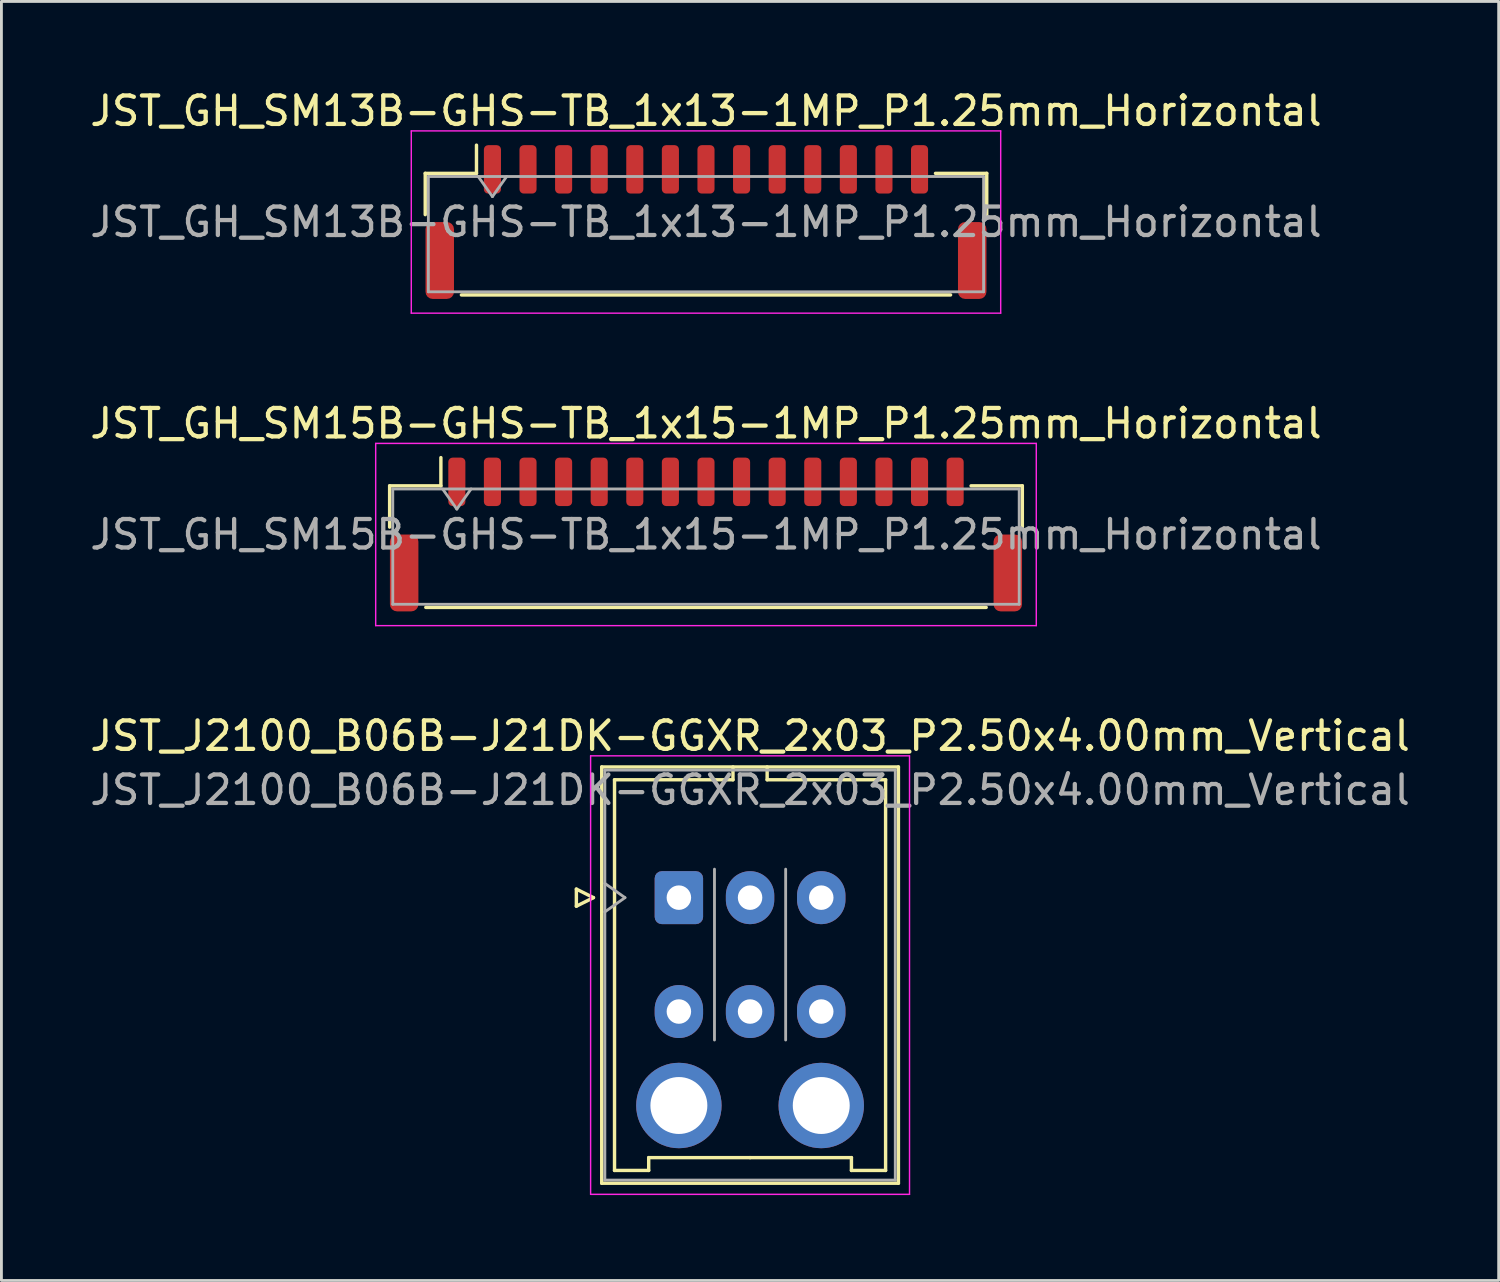
<source format=kicad_pcb>
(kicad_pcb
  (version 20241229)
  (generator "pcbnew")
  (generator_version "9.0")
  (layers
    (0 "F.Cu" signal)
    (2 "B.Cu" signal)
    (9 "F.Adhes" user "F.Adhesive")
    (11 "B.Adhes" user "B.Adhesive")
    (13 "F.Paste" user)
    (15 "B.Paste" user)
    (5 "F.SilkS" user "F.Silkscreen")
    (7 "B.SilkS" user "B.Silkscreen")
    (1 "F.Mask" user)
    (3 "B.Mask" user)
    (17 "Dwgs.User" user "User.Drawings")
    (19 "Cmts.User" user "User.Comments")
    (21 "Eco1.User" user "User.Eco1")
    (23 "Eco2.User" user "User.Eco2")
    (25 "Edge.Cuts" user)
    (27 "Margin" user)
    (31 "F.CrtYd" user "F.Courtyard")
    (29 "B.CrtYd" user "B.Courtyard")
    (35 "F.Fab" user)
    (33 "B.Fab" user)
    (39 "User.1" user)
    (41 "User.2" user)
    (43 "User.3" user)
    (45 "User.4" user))
  (footprint "JST_GH_SM13B-GHS-TB_1x13-1MP_P1.25mm_Horizontal"
    (layer "F.Cu")
    (at 21.744 4.748)
    (property "Reference" "JST_GH_SM13B-GHS-TB_1x13-1MP_P1.25mm_Horizontal" (at 0 -3.9 0) (layer "F.SilkS") (effects (font (size 1 1) (thickness 0.15))))
    (attr smd)
    (fp_line (start -9.86 -1.71) (end -8.06 -1.71) (stroke (width 0.12) (type solid)) (layer "F.SilkS"))
    (fp_line (start -9.86 -0.26) (end -9.86 -1.71) (stroke (width 0.12) (type solid)) (layer "F.SilkS"))
    (fp_line (start -8.59 2.56) (end 8.59 2.56) (stroke (width 0.12) (type solid)) (layer "F.SilkS"))
    (fp_line (start -8.06 -1.71) (end -8.06 -2.7) (stroke (width 0.12) (type solid)) (layer "F.SilkS"))
    (fp_line (start 9.86 -1.71) (end 8.06 -1.71) (stroke (width 0.12) (type solid)) (layer "F.SilkS"))
    (fp_line (start 9.86 -0.26) (end 9.86 -1.71) (stroke (width 0.12) (type solid)) (layer "F.SilkS"))
    (fp_line (start -10.35 -3.2) (end -10.35 3.2) (stroke (width 0.05) (type solid)) (layer "F.CrtYd"))
    (fp_line (start -10.35 3.2) (end 10.35 3.2) (stroke (width 0.05) (type solid)) (layer "F.CrtYd"))
    (fp_line (start 10.35 -3.2) (end -10.35 -3.2) (stroke (width 0.05) (type solid)) (layer "F.CrtYd"))
    (fp_line (start 10.35 3.2) (end 10.35 -3.2) (stroke (width 0.05) (type solid)) (layer "F.CrtYd"))
    (fp_line (start -9.75 -1.6) (end -9.75 2.45) (stroke (width 0.1) (type solid)) (layer "F.Fab"))
    (fp_line (start -9.75 -1.6) (end 9.75 -1.6) (stroke (width 0.1) (type solid)) (layer "F.Fab"))
    (fp_line (start -9.75 2.45) (end 9.75 2.45) (stroke (width 0.1) (type solid)) (layer "F.Fab"))
    (fp_line (start -8 -1.6) (end -7.5 -0.893) (stroke (width 0.1) (type solid)) (layer "F.Fab"))
    (fp_line (start -7.5 -0.893) (end -7 -1.6) (stroke (width 0.1) (type solid)) (layer "F.Fab"))
    (fp_line (start 9.75 -1.6) (end 9.75 2.45) (stroke (width 0.1) (type solid)) (layer "F.Fab"))
    (fp_text user "${REFERENCE}" (at 0 0 0) (layer "F.Fab") (effects (font (size 1 1) (thickness 0.15))))
    (pad "1" smd roundrect (at -7.5 -1.85) (size 0.6 1.7) (layers "F.Cu" "F.Mask" "F.Paste") (roundrect_rratio 0.25))
    (pad "2" smd roundrect (at -6.25 -1.85) (size 0.6 1.7) (layers "F.Cu" "F.Mask" "F.Paste") (roundrect_rratio 0.25))
    (pad "3" smd roundrect (at -5 -1.85) (size 0.6 1.7) (layers "F.Cu" "F.Mask" "F.Paste") (roundrect_rratio 0.25))
    (pad "4" smd roundrect (at -3.75 -1.85) (size 0.6 1.7) (layers "F.Cu" "F.Mask" "F.Paste") (roundrect_rratio 0.25))
    (pad "5" smd roundrect (at -2.5 -1.85) (size 0.6 1.7) (layers "F.Cu" "F.Mask" "F.Paste") (roundrect_rratio 0.25))
    (pad "6" smd roundrect (at -1.25 -1.85) (size 0.6 1.7) (layers "F.Cu" "F.Mask" "F.Paste") (roundrect_rratio 0.25))
    (pad "7" smd roundrect (at 0 -1.85) (size 0.6 1.7) (layers "F.Cu" "F.Mask" "F.Paste") (roundrect_rratio 0.25))
    (pad "8" smd roundrect (at 1.25 -1.85) (size 0.6 1.7) (layers "F.Cu" "F.Mask" "F.Paste") (roundrect_rratio 0.25))
    (pad "9" smd roundrect (at 2.5 -1.85) (size 0.6 1.7) (layers "F.Cu" "F.Mask" "F.Paste") (roundrect_rratio 0.25))
    (pad "10" smd roundrect (at 3.75 -1.85) (size 0.6 1.7) (layers "F.Cu" "F.Mask" "F.Paste") (roundrect_rratio 0.25))
    (pad "11" smd roundrect (at 5 -1.85) (size 0.6 1.7) (layers "F.Cu" "F.Mask" "F.Paste") (roundrect_rratio 0.25))
    (pad "12" smd roundrect (at 6.25 -1.85) (size 0.6 1.7) (layers "F.Cu" "F.Mask" "F.Paste") (roundrect_rratio 0.25))
    (pad "13" smd roundrect (at 7.5 -1.85) (size 0.6 1.7) (layers "F.Cu" "F.Mask" "F.Paste") (roundrect_rratio 0.25))
    (pad "MP" smd roundrect (at -9.35 1.35) (size 1 2.7) (layers "F.Cu" "F.Mask" "F.Paste") (roundrect_rratio 0.25))
    (pad "MP" smd roundrect (at 9.35 1.35) (size 1 2.7) (layers "F.Cu" "F.Mask" "F.Paste") (roundrect_rratio 0.25)))
  (footprint "JST_GH_SM15B-GHS-TB_1x15-1MP_P1.25mm_Horizontal"
    (layer "F.Cu")
    (at 21.744 15.722)
    (property "Reference" "JST_GH_SM15B-GHS-TB_1x15-1MP_P1.25mm_Horizontal" (at 0 -3.9 0) (layer "F.SilkS") (effects (font (size 1 1) (thickness 0.15))))
    (attr smd)
    (fp_line (start -11.11 -1.71) (end -9.31 -1.71) (stroke (width 0.12) (type solid)) (layer "F.SilkS"))
    (fp_line (start -11.11 -0.26) (end -11.11 -1.71) (stroke (width 0.12) (type solid)) (layer "F.SilkS"))
    (fp_line (start -9.84 2.56) (end 9.84 2.56) (stroke (width 0.12) (type solid)) (layer "F.SilkS"))
    (fp_line (start -9.31 -1.71) (end -9.31 -2.7) (stroke (width 0.12) (type solid)) (layer "F.SilkS"))
    (fp_line (start 11.11 -1.71) (end 9.31 -1.71) (stroke (width 0.12) (type solid)) (layer "F.SilkS"))
    (fp_line (start 11.11 -0.26) (end 11.11 -1.71) (stroke (width 0.12) (type solid)) (layer "F.SilkS"))
    (fp_line (start -11.6 -3.2) (end -11.6 3.2) (stroke (width 0.05) (type solid)) (layer "F.CrtYd"))
    (fp_line (start -11.6 3.2) (end 11.6 3.2) (stroke (width 0.05) (type solid)) (layer "F.CrtYd"))
    (fp_line (start 11.6 -3.2) (end -11.6 -3.2) (stroke (width 0.05) (type solid)) (layer "F.CrtYd"))
    (fp_line (start 11.6 3.2) (end 11.6 -3.2) (stroke (width 0.05) (type solid)) (layer "F.CrtYd"))
    (fp_line (start -11 -1.6) (end -11 2.45) (stroke (width 0.1) (type solid)) (layer "F.Fab"))
    (fp_line (start -11 -1.6) (end 11 -1.6) (stroke (width 0.1) (type solid)) (layer "F.Fab"))
    (fp_line (start -11 2.45) (end 11 2.45) (stroke (width 0.1) (type solid)) (layer "F.Fab"))
    (fp_line (start -9.25 -1.6) (end -8.75 -0.893) (stroke (width 0.1) (type solid)) (layer "F.Fab"))
    (fp_line (start -8.75 -0.893) (end -8.25 -1.6) (stroke (width 0.1) (type solid)) (layer "F.Fab"))
    (fp_line (start 11 -1.6) (end 11 2.45) (stroke (width 0.1) (type solid)) (layer "F.Fab"))
    (fp_text user "${REFERENCE}" (at 0 0 0) (layer "F.Fab") (effects (font (size 1 1) (thickness 0.15))))
    (pad "1" smd roundrect (at -8.75 -1.85) (size 0.6 1.7) (layers "F.Cu" "F.Mask" "F.Paste") (roundrect_rratio 0.25))
    (pad "2" smd roundrect (at -7.5 -1.85) (size 0.6 1.7) (layers "F.Cu" "F.Mask" "F.Paste") (roundrect_rratio 0.25))
    (pad "3" smd roundrect (at -6.25 -1.85) (size 0.6 1.7) (layers "F.Cu" "F.Mask" "F.Paste") (roundrect_rratio 0.25))
    (pad "4" smd roundrect (at -5 -1.85) (size 0.6 1.7) (layers "F.Cu" "F.Mask" "F.Paste") (roundrect_rratio 0.25))
    (pad "5" smd roundrect (at -3.75 -1.85) (size 0.6 1.7) (layers "F.Cu" "F.Mask" "F.Paste") (roundrect_rratio 0.25))
    (pad "6" smd roundrect (at -2.5 -1.85) (size 0.6 1.7) (layers "F.Cu" "F.Mask" "F.Paste") (roundrect_rratio 0.25))
    (pad "7" smd roundrect (at -1.25 -1.85) (size 0.6 1.7) (layers "F.Cu" "F.Mask" "F.Paste") (roundrect_rratio 0.25))
    (pad "8" smd roundrect (at 0 -1.85) (size 0.6 1.7) (layers "F.Cu" "F.Mask" "F.Paste") (roundrect_rratio 0.25))
    (pad "9" smd roundrect (at 1.25 -1.85) (size 0.6 1.7) (layers "F.Cu" "F.Mask" "F.Paste") (roundrect_rratio 0.25))
    (pad "10" smd roundrect (at 2.5 -1.85) (size 0.6 1.7) (layers "F.Cu" "F.Mask" "F.Paste") (roundrect_rratio 0.25))
    (pad "11" smd roundrect (at 3.75 -1.85) (size 0.6 1.7) (layers "F.Cu" "F.Mask" "F.Paste") (roundrect_rratio 0.25))
    (pad "12" smd roundrect (at 5 -1.85) (size 0.6 1.7) (layers "F.Cu" "F.Mask" "F.Paste") (roundrect_rratio 0.25))
    (pad "13" smd roundrect (at 6.25 -1.85) (size 0.6 1.7) (layers "F.Cu" "F.Mask" "F.Paste") (roundrect_rratio 0.25))
    (pad "14" smd roundrect (at 7.5 -1.85) (size 0.6 1.7) (layers "F.Cu" "F.Mask" "F.Paste") (roundrect_rratio 0.25))
    (pad "15" smd roundrect (at 8.75 -1.85) (size 0.6 1.7) (layers "F.Cu" "F.Mask" "F.Paste") (roundrect_rratio 0.25))
    (pad "MP" smd roundrect (at -10.6 1.35) (size 1 2.7) (layers "F.Cu" "F.Mask" "F.Paste") (roundrect_rratio 0.25))
    (pad "MP" smd roundrect (at 10.6 1.35) (size 1 2.7) (layers "F.Cu" "F.Mask" "F.Paste") (roundrect_rratio 0.25)))
  (footprint "JST_J2100_B06B-J21DK-GGXR_2x03_P2.50x4.00mm_Vertical"
    (layer "F.Cu")
    (at 20.792 28.475)
    (property "Reference" "JST_J2100_B06B-J21DK-GGXR_2x03_P2.50x4.00mm_Vertical" (at 2.5 -5.68 0) (layer "F.SilkS") (effects (font (size 1 1) (thickness 0.15))))
    (attr through_hole)
    (fp_line (start -3.6 -0.3) (end -3 0) (stroke (width 0.12) (type solid)) (layer "F.SilkS"))
    (fp_line (start -3.6 0.3) (end -3.6 -0.3) (stroke (width 0.12) (type solid)) (layer "F.SilkS"))
    (fp_line (start -3 0) (end -3.6 0.3) (stroke (width 0.12) (type solid)) (layer "F.SilkS"))
    (fp_line (start -2.71 -4.59) (end -2.71 10.03) (stroke (width 0.12) (type solid)) (layer "F.SilkS"))
    (fp_line (start -2.71 10.03) (end 7.71 10.03) (stroke (width 0.12) (type solid)) (layer "F.SilkS"))
    (fp_line (start -2.26 -4.14) (end -2.26 9.58) (stroke (width 0.12) (type solid)) (layer "F.SilkS"))
    (fp_line (start -2.26 9.58) (end -1.06 9.58) (stroke (width 0.12) (type solid)) (layer "F.SilkS"))
    (fp_line (start -1.06 9.13) (end 2.5 9.13) (stroke (width 0.12) (type solid)) (layer "F.SilkS"))
    (fp_line (start -1.06 9.58) (end -1.06 9.13) (stroke (width 0.12) (type solid)) (layer "F.SilkS"))
    (fp_line (start 1.9 -4.59) (end 1.9 -4.14) (stroke (width 0.12) (type solid)) (layer "F.SilkS"))
    (fp_line (start 1.9 -4.14) (end -2.26 -4.14) (stroke (width 0.12) (type solid)) (layer "F.SilkS"))
    (fp_line (start 3.1 -4.59) (end 3.1 -4.14) (stroke (width 0.12) (type solid)) (layer "F.SilkS"))
    (fp_line (start 3.1 -4.14) (end 7.26 -4.14) (stroke (width 0.12) (type solid)) (layer "F.SilkS"))
    (fp_line (start 6.06 9.13) (end 2.5 9.13) (stroke (width 0.12) (type solid)) (layer "F.SilkS"))
    (fp_line (start 6.06 9.58) (end 6.06 9.13) (stroke (width 0.12) (type solid)) (layer "F.SilkS"))
    (fp_line (start 7.26 -4.14) (end 7.26 9.58) (stroke (width 0.12) (type solid)) (layer "F.SilkS"))
    (fp_line (start 7.26 9.58) (end 6.06 9.58) (stroke (width 0.12) (type solid)) (layer "F.SilkS"))
    (fp_line (start 7.71 -4.59) (end -2.71 -4.59) (stroke (width 0.12) (type solid)) (layer "F.SilkS"))
    (fp_line (start 7.71 10.03) (end 7.71 -4.59) (stroke (width 0.12) (type solid)) (layer "F.SilkS"))
    (fp_line (start -3.1 -4.98) (end -3.1 10.42) (stroke (width 0.05) (type solid)) (layer "F.CrtYd"))
    (fp_line (start -3.1 10.42) (end 8.1 10.42) (stroke (width 0.05) (type solid)) (layer "F.CrtYd"))
    (fp_line (start 8.1 -4.98) (end -3.1 -4.98) (stroke (width 0.05) (type solid)) (layer "F.CrtYd"))
    (fp_line (start 8.1 10.42) (end 8.1 -4.98) (stroke (width 0.05) (type solid)) (layer "F.CrtYd"))
    (fp_line (start -2.6 -4.48) (end -2.6 9.92) (stroke (width 0.1) (type solid)) (layer "F.Fab"))
    (fp_line (start -2.6 0.5) (end -1.893 0) (stroke (width 0.1) (type solid)) (layer "F.Fab"))
    (fp_line (start -2.6 9.92) (end 7.6 9.92) (stroke (width 0.1) (type solid)) (layer "F.Fab"))
    (fp_line (start -1.893 0) (end -2.6 -0.5) (stroke (width 0.1) (type solid)) (layer "F.Fab"))
    (fp_line (start 1.25 5) (end 1.25 -1) (stroke (width 0.1) (type solid)) (layer "F.Fab"))
    (fp_line (start 3.75 5) (end 3.75 -1) (stroke (width 0.1) (type solid)) (layer "F.Fab"))
    (fp_line (start 7.6 -4.48) (end -2.6 -4.48) (stroke (width 0.1) (type solid)) (layer "F.Fab"))
    (fp_line (start 7.6 9.92) (end 7.6 -4.48) (stroke (width 0.1) (type solid)) (layer "F.Fab"))
    (fp_text user "${REFERENCE}" (at 2.5 -3.78 0) (layer "F.Fab") (effects (font (size 1 1) (thickness 0.15))))
    (pad "" thru_hole circle (at 0 7.3) (size 3 3) (drill 2) (layers "*.Cu" "*.Mask"))
    (pad "" thru_hole circle (at 5 7.3) (size 3 3) (drill 2) (layers "*.Cu" "*.Mask"))
    (pad "1" thru_hole roundrect (at 0 0) (size 1.7 1.86) (drill 0.86) (layers "*.Cu" "*.Mask") (roundrect_rratio 0.147))
    (pad "2" thru_hole oval (at 2.5 0) (size 1.7 1.86) (drill 0.86) (layers "*.Cu" "*.Mask"))
    (pad "3" thru_hole oval (at 5 0) (size 1.7 1.86) (drill 0.86) (layers "*.Cu" "*.Mask"))
    (pad "4" thru_hole oval (at 0 4) (size 1.7 1.86) (drill 0.86) (layers "*.Cu" "*.Mask"))
    (pad "5" thru_hole oval (at 2.5 4) (size 1.7 1.86) (drill 0.86) (layers "*.Cu" "*.Mask"))
    (pad "6" thru_hole oval (at 5 4) (size 1.7 1.86) (drill 0.86) (layers "*.Cu" "*.Mask")))
  (gr_rect
    (start -3 -3)
    (end 49.583 41.92)
    (stroke (width 0.1) (type default))
    (fill no)
    (layer "Edge.Cuts")))
</source>
